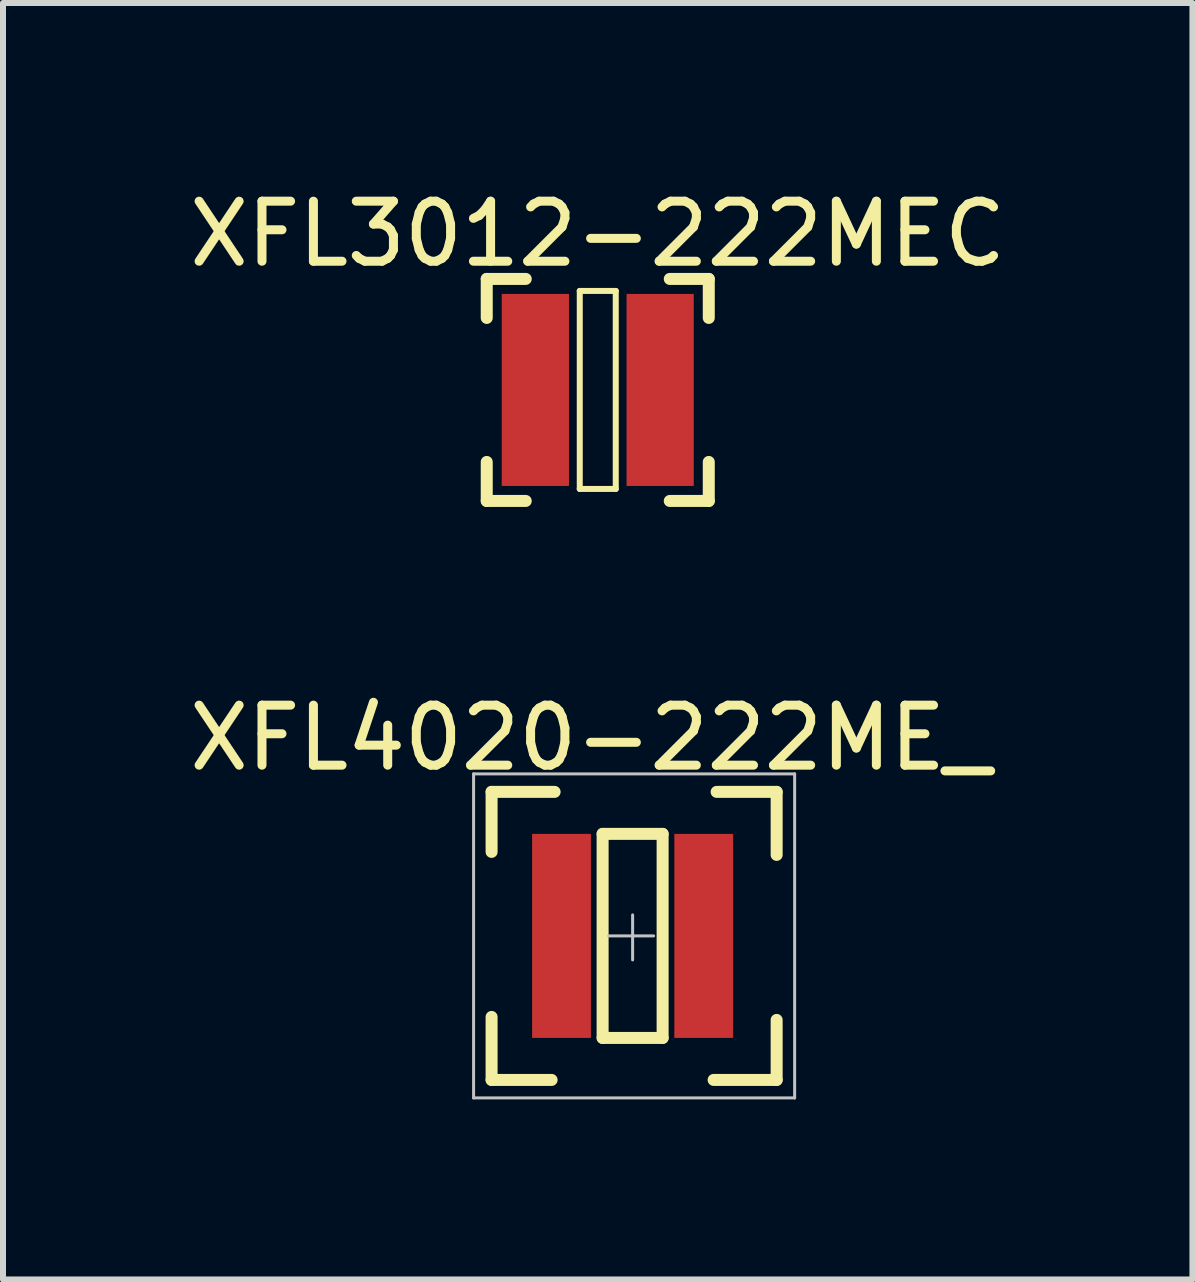
<source format=kicad_pcb>
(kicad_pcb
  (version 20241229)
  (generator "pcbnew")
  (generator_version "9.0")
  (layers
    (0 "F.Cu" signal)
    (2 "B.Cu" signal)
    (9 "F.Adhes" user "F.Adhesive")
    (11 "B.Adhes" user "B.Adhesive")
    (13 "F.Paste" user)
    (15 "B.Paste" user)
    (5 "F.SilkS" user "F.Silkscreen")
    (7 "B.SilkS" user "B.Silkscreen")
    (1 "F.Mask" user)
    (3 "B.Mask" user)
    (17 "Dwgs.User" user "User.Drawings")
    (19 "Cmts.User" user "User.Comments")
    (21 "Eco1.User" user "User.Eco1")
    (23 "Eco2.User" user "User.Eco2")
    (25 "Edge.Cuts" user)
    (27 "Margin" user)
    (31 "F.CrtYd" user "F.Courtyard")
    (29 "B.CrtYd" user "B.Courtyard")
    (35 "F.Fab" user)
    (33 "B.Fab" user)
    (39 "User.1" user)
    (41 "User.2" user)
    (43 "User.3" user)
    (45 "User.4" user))
  (footprint "XFL3012-222MEC"
    (layer "F.Cu")
    (at 6.911 3.448)
    (property "Reference" "XFL3012-222MEC" (at 0 -2.6 0) (layer "F.SilkS") (effects (font (size 1 1) (thickness 0.15))))
    (attr through_hole)
    (fp_line (start -1.85 -1.2) (end -1.85 -1.85) (stroke (width 0.2) (type solid)) (layer "F.SilkS"))
    (fp_line (start -1.85 1.2) (end -1.85 1.85) (stroke (width 0.2) (type solid)) (layer "F.SilkS"))
    (fp_line (start -1.2 -1.85) (end -1.85 -1.85) (stroke (width 0.2) (type solid)) (layer "F.SilkS"))
    (fp_line (start -1.2 1.85) (end -1.85 1.85) (stroke (width 0.2) (type solid)) (layer "F.SilkS"))
    (fp_line (start -0.3 -1.65) (end -0.3 1.65) (stroke (width 0.1) (type solid)) (layer "F.SilkS"))
    (fp_line (start -0.3 -1.65) (end 0.3 -1.65) (stroke (width 0.1) (type solid)) (layer "F.SilkS"))
    (fp_line (start -0.3 1.65) (end 0.3 1.65) (stroke (width 0.1) (type solid)) (layer "F.SilkS"))
    (fp_line (start 0.3 1.65) (end 0.3 -1.65) (stroke (width 0.1) (type solid)) (layer "F.SilkS"))
    (fp_line (start 1.2 -1.85) (end 1.85 -1.85) (stroke (width 0.2) (type solid)) (layer "F.SilkS"))
    (fp_line (start 1.2 1.85) (end 1.85 1.85) (stroke (width 0.2) (type solid)) (layer "F.SilkS"))
    (fp_line (start 1.85 -1.2) (end 1.85 -1.85) (stroke (width 0.2) (type solid)) (layer "F.SilkS"))
    (fp_line (start 1.85 1.2) (end 1.85 1.85) (stroke (width 0.2) (type solid)) (layer "F.SilkS"))
    (pad "1" smd rect (at -1.04 0 180) (size 1.12 3.2) (layers "F.Cu" "F.Mask" "F.Paste"))
    (pad "2" smd rect (at 1.04 0 180) (size 1.12 3.2) (layers "F.Cu" "F.Mask" "F.Paste")))
  (footprint "XFL4020-222ME_"
    (layer "F.Cu")
    (at 7.492 12.546)
    (property "Reference" "XFL4020-222ME_" (at -0.7 -3.3 0) (layer "F.SilkS") (effects (font (size 1 1) (thickness 0.15))))
    (attr through_hole)
    (fp_line (start -2.35 -2.4) (end -2.35 -1.4) (stroke (width 0.2) (type solid)) (layer "F.SilkS"))
    (fp_line (start -2.35 -2.4) (end -1.3 -2.4) (stroke (width 0.2) (type solid)) (layer "F.SilkS"))
    (fp_line (start -2.35 2.4) (end -2.35 1.35) (stroke (width 0.2) (type solid)) (layer "F.SilkS"))
    (fp_line (start -2.35 2.4) (end -1.35 2.4) (stroke (width 0.2) (type solid)) (layer "F.SilkS"))
    (fp_line (start -0.5 -1.7) (end 0.5 -1.7) (stroke (width 0.2) (type solid)) (layer "F.SilkS"))
    (fp_line (start -0.5 1.7) (end -0.5 -1.7) (stroke (width 0.2) (type solid)) (layer "F.SilkS"))
    (fp_line (start -0.5 1.7) (end 0.5 1.7) (stroke (width 0.2) (type solid)) (layer "F.SilkS"))
    (fp_line (start 0.5 1.7) (end 0.5 -1.7) (stroke (width 0.2) (type solid)) (layer "F.SilkS"))
    (fp_line (start 2.4 -2.4) (end 1.4 -2.4) (stroke (width 0.2) (type solid)) (layer "F.SilkS"))
    (fp_line (start 2.4 -2.4) (end 2.4 -1.35) (stroke (width 0.2) (type solid)) (layer "F.SilkS"))
    (fp_line (start 2.4 2.4) (end 1.35 2.4) (stroke (width 0.2) (type solid)) (layer "F.SilkS"))
    (fp_line (start 2.4 2.4) (end 2.4 1.4) (stroke (width 0.2) (type solid)) (layer "F.SilkS"))
    (fp_line (start -2.65 -2.7) (end 2.7 -2.7) (stroke (width 0.05) (type solid)) (layer "Dwgs.User"))
    (fp_line (start -2.65 2.7) (end -2.65 -2.7) (stroke (width 0.05) (type solid)) (layer "Dwgs.User"))
    (fp_line (start -2.65 2.7) (end 2.7 2.7) (stroke (width 0.05) (type solid)) (layer "Dwgs.User"))
    (fp_line (start -0.4 0) (end 0.35 0) (stroke (width 0.05) (type solid)) (layer "Dwgs.User"))
    (fp_line (start 0 -0.35) (end 0 0.4) (stroke (width 0.05) (type solid)) (layer "Dwgs.User"))
    (fp_line (start 2.7 2.7) (end 2.7 -2.7) (stroke (width 0.05) (type solid)) (layer "Dwgs.User"))
    (pad "1" smd rect (at -1.185 0 180) (size 0.98 3.4) (layers "F.Cu" "F.Mask" "F.Paste"))
    (pad "2" smd rect (at 1.185 0 180) (size 0.98 3.4) (layers "F.Cu" "F.Mask" "F.Paste")))
  (gr_rect
    (start -3 -3)
    (end 16.821 18.271)
    (stroke (width 0.1) (type default))
    (fill no)
    (layer "Edge.Cuts")))
</source>
